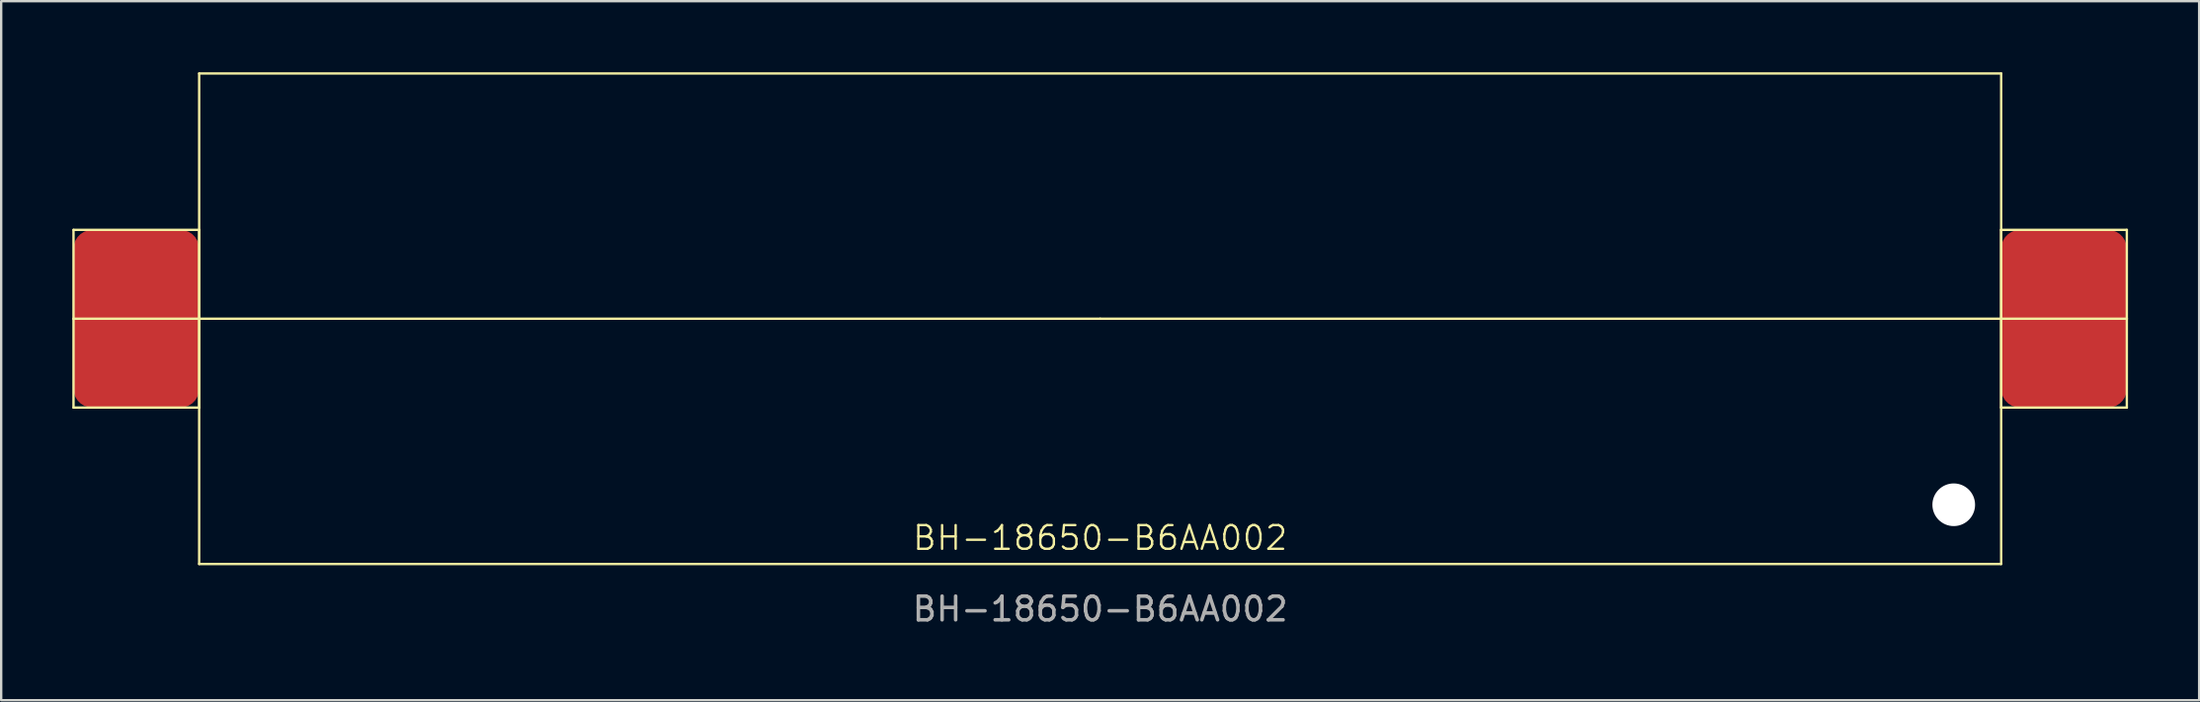
<source format=kicad_pcb>
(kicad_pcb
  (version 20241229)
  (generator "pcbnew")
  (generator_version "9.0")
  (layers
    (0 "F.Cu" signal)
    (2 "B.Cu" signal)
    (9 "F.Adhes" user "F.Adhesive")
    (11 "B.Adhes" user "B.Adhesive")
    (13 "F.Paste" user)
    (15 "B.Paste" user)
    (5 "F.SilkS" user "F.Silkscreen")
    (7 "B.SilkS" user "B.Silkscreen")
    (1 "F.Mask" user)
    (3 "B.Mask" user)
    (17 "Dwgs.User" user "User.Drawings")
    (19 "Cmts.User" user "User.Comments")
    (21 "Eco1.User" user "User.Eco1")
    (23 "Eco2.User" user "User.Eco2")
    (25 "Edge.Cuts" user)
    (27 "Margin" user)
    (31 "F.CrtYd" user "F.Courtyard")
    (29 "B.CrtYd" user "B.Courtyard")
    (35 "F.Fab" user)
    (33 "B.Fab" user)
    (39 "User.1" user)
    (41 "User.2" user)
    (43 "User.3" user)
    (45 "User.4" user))
  (footprint "BH-18650-B6AA002"
    (layer "F.Cu")
    (at 43.35 10.4)
    (property "Reference" "BH-18650-B6AA002" (at 0 9.25 0) (unlocked yes) (layer "F.SilkS") (effects (font (size 1 1) (thickness 0.1))))
    (attr smd)
    (fp_line (start -43.3 -3.75) (end -38 -3.75) (stroke (width 0.1) (type default)) (layer "F.SilkS"))
    (fp_line (start -43.3 0) (end -43.3 -3.75) (stroke (width 0.1) (type default)) (layer "F.SilkS"))
    (fp_line (start -43.3 0) (end 0 0) (stroke (width 0.1) (type default)) (layer "F.SilkS"))
    (fp_line (start -43.3 3.75) (end -43.3 0) (stroke (width 0.1) (type default)) (layer "F.SilkS"))
    (fp_line (start -43.3 3.75) (end -38 3.75) (stroke (width 0.1) (type default)) (layer "F.SilkS"))
    (fp_line (start -38 -10.35) (end 38 -10.35) (stroke (width 0.1) (type default)) (layer "F.SilkS"))
    (fp_line (start -38 0) (end -38 -10.35) (stroke (width 0.1) (type default)) (layer "F.SilkS"))
    (fp_line (start -38 3.75) (end -38 -3.75) (stroke (width 0.1) (type default)) (layer "F.SilkS"))
    (fp_line (start -38 10.35) (end -38 0) (stroke (width 0.1) (type default)) (layer "F.SilkS"))
    (fp_line (start 0 0) (end 43.3 0) (stroke (width 0.1) (type default)) (layer "F.SilkS"))
    (fp_line (start 38 -3.75) (end 43.3 -3.75) (stroke (width 0.1) (type default)) (layer "F.SilkS"))
    (fp_line (start 38 0) (end 38 -10.35) (stroke (width 0.1) (type default)) (layer "F.SilkS"))
    (fp_line (start 38 3.75) (end 38 -3.75) (stroke (width 0.1) (type default)) (layer "F.SilkS"))
    (fp_line (start 38 3.75) (end 43.3 3.75) (stroke (width 0.1) (type default)) (layer "F.SilkS"))
    (fp_line (start 38 10.35) (end -38 10.35) (stroke (width 0.1) (type default)) (layer "F.SilkS"))
    (fp_line (start 38 10.35) (end 38 0) (stroke (width 0.1) (type default)) (layer "F.SilkS"))
    (fp_line (start 43.3 0) (end 43.3 -3.75) (stroke (width 0.1) (type default)) (layer "F.SilkS"))
    (fp_line (start 43.3 3.75) (end 43.3 0) (stroke (width 0.1) (type default)) (layer "F.SilkS"))
    (fp_text user "${REFERENCE}" (at 0 12.25 0) (unlocked yes) (layer "F.Fab") (effects (font (size 1 1) (thickness 0.15))))
    (pad "" np_thru_hole circle (at 36 7.85) (size 1.8 1.8) (drill 1.8) (layers "*.Cu" "*.Mask"))
    (pad "1" smd roundrect (at 40.65 0) (size 5.3 7.5) (layers "F.Cu" "F.Mask" "F.Paste") (roundrect_rratio 0.15))
    (pad "2" smd roundrect (at -40.65 0) (size 5.3 7.5) (layers "F.Cu" "F.Mask" "F.Paste") (roundrect_rratio 0.15)))
  (gr_rect
    (start -3 -3)
    (end 89.7 26.498)
    (stroke (width 0.1) (type default))
    (fill no)
    (layer "Edge.Cuts")))
</source>
